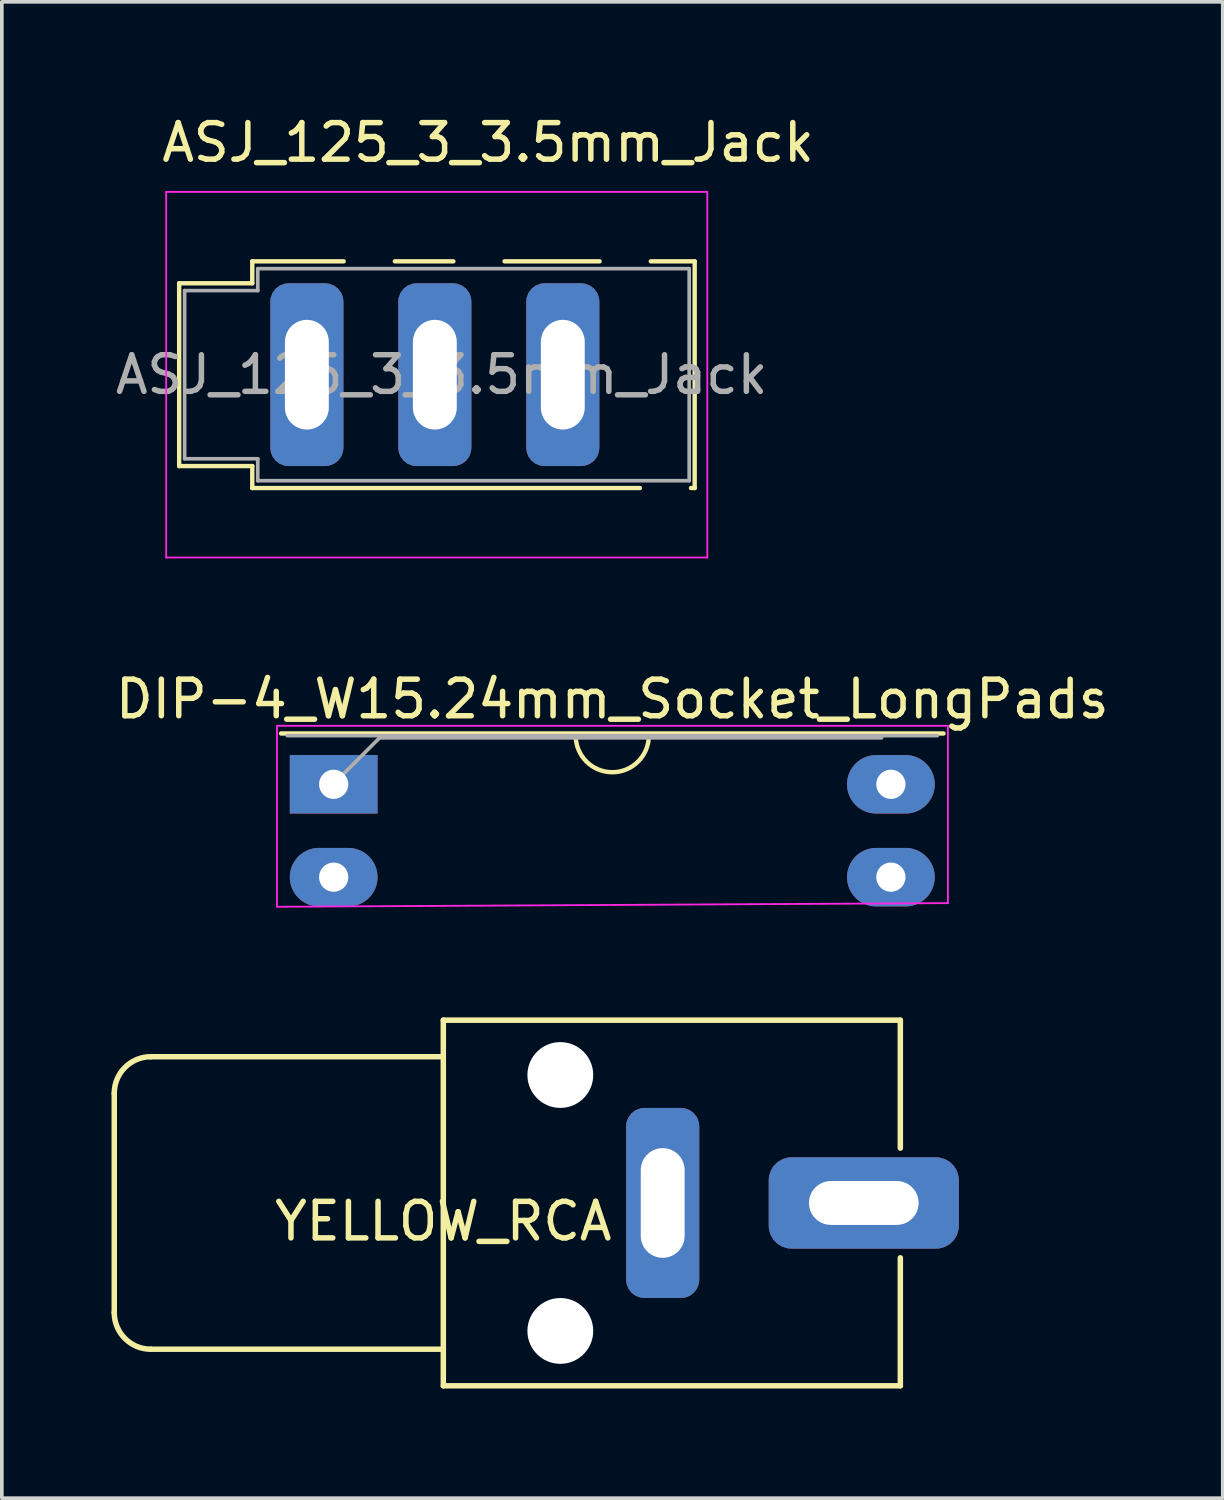
<source format=kicad_pcb>
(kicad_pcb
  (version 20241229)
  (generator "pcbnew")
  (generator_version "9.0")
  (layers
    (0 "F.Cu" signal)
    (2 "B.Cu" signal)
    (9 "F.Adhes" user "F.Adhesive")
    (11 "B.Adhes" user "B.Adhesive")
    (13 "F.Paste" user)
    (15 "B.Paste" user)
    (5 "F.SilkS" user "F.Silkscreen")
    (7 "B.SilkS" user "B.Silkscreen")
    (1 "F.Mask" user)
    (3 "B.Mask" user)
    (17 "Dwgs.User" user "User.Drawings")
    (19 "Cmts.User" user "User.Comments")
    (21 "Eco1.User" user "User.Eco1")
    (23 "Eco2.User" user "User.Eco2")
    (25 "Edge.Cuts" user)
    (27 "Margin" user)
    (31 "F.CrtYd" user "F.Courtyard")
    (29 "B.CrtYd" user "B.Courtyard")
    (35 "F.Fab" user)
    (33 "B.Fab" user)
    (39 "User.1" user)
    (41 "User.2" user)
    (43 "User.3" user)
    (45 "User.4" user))
  (footprint "DIP-4_W15.24mm_Socket_LongPads"
    (layer "F.Cu")
    (at 6.076 18.401)
    (property "Reference" "DIP-4_W15.24mm_Socket_LongPads" (at 7.62 -2.33 0) (layer "F.SilkS") (effects (font (size 1 1) (thickness 0.15))))
    (attr through_hole)
    (fp_line (start 6.62 -1.33) (end 1.56 -1.33) (stroke (width 0.12) (type solid)) (layer "F.SilkS"))
    (fp_line (start 13.68 -1.33) (end 8.62 -1.33) (stroke (width 0.12) (type solid)) (layer "F.SilkS"))
    (fp_line (start 16.68 -1.39) (end -1.44 -1.39) (stroke (width 0.12) (type solid)) (layer "F.SilkS"))
    (fp_arc (start 8.62 -1.33) (mid 7.62 -0.33) (end 6.62 -1.33) (stroke (width 0.12) (type solid)) (layer "F.SilkS"))
    (fp_line (start -1.55 -1.6) (end -1.55 3.35) (stroke (width 0.05) (type solid)) (layer "F.CrtYd"))
    (fp_line (start -1.55 3.35) (end 16.8 3.25) (stroke (width 0.05) (type solid)) (layer "F.CrtYd"))
    (fp_line (start 16.8 -1.6) (end -1.55 -1.6) (stroke (width 0.05) (type solid)) (layer "F.CrtYd"))
    (fp_line (start 16.8 3.25) (end 16.8 -1.6) (stroke (width 0.05) (type solid)) (layer "F.CrtYd"))
    (fp_line (start 0.255 -0.27) (end 1.255 -1.27) (stroke (width 0.1) (type solid)) (layer "F.Fab"))
    (fp_line (start 1.255 -1.27) (end 14.985 -1.27) (stroke (width 0.1) (type solid)) (layer "F.Fab"))
    (fp_line (start 16.51 -1.33) (end -1.27 -1.33) (stroke (width 0.1) (type solid)) (layer "F.Fab"))
    (pad "1" thru_hole rect (at 0 0) (size 2.4 1.6) (drill 0.8) (layers "*.Cu" "*.Mask"))
    (pad "2" thru_hole oval (at 0 2.54) (size 2.4 1.6) (drill 0.8) (layers "*.Cu" "*.Mask"))
    (pad "3" thru_hole oval (at 15.24 2.54) (size 2.4 1.6) (drill 0.8) (layers "*.Cu" "*.Mask"))
    (pad "4" thru_hole oval (at 15.24 0) (size 2.4 1.6) (drill 0.8) (layers "*.Cu" "*.Mask")))
  (footprint "ASJ_125_3_3.5mm_Jack"
    (layer "F.Cu")
    (at 1.843 7.198)
    (property "Reference" "ASJ_125_3_3.5mm_Jack" (at 8.457 -6.35 0) (layer "F.SilkS") (effects (font (size 1 1) (thickness 0.15))))
    (attr smd)
    (fp_line (start 0.007 -2.5) (end 0.007 2.5) (stroke (width 0.12) (type solid)) (layer "F.SilkS"))
    (fp_line (start 2.007 -3.1) (end 2.007 -2.5) (stroke (width 0.12) (type solid)) (layer "F.SilkS"))
    (fp_line (start 2.007 -3.1) (end 4.507 -3.1) (stroke (width 0.12) (type solid)) (layer "F.SilkS"))
    (fp_line (start 2.007 -2.5) (end 0.007 -2.5) (stroke (width 0.12) (type solid)) (layer "F.SilkS"))
    (fp_line (start 2.007 2.5) (end 0.007 2.5) (stroke (width 0.12) (type solid)) (layer "F.SilkS"))
    (fp_line (start 2.007 2.5) (end 2.007 3.1) (stroke (width 0.12) (type solid)) (layer "F.SilkS"))
    (fp_line (start 5.907 -3.1) (end 7.507 -3.1) (stroke (width 0.12) (type solid)) (layer "F.SilkS"))
    (fp_line (start 8.907 -3.1) (end 11.507 -3.1) (stroke (width 0.12) (type solid)) (layer "F.SilkS"))
    (fp_line (start 12.607 3.1) (end 2.007 3.1) (stroke (width 0.12) (type solid)) (layer "F.SilkS"))
    (fp_line (start 12.907 -3.1) (end 14.107 -3.1) (stroke (width 0.12) (type solid)) (layer "F.SilkS"))
    (fp_line (start 14.007 3.1) (end 14.107 3.1) (stroke (width 0.12) (type solid)) (layer "F.SilkS"))
    (fp_line (start 14.107 3.1) (end 14.107 -3.1) (stroke (width 0.12) (type solid)) (layer "F.SilkS"))
    (fp_line (start -0.348 -5) (end 14.452 -5) (stroke (width 0.05) (type solid)) (layer "F.CrtYd"))
    (fp_line (start -0.348 5) (end -0.348 -5) (stroke (width 0.05) (type solid)) (layer "F.CrtYd"))
    (fp_line (start -0.348 5) (end 14.452 5) (stroke (width 0.05) (type solid)) (layer "F.CrtYd"))
    (fp_line (start 14.452 5) (end 14.452 -5) (stroke (width 0.05) (type solid)) (layer "F.CrtYd"))
    (fp_line (start 0.157 -2.3) (end 2.157 -2.3) (stroke (width 0.1) (type solid)) (layer "F.Fab"))
    (fp_line (start 0.157 2.3) (end 0.157 -2.3) (stroke (width 0.1) (type solid)) (layer "F.Fab"))
    (fp_line (start 2.157 -2.9) (end 13.957 -2.9) (stroke (width 0.1) (type solid)) (layer "F.Fab"))
    (fp_line (start 2.157 -2.3) (end 2.157 -2.9) (stroke (width 0.1) (type solid)) (layer "F.Fab"))
    (fp_line (start 2.157 2.3) (end 0.157 2.3) (stroke (width 0.1) (type solid)) (layer "F.Fab"))
    (fp_line (start 2.157 2.9) (end 2.157 2.3) (stroke (width 0.1) (type solid)) (layer "F.Fab"))
    (fp_line (start 13.957 -2.9) (end 13.957 2.9) (stroke (width 0.1) (type solid)) (layer "F.Fab"))
    (fp_line (start 13.957 2.9) (end 2.157 2.9) (stroke (width 0.1) (type solid)) (layer "F.Fab"))
    (fp_text user "${REFERENCE}" (at 7.187 0 0) (layer "F.Fab") (effects (font (size 1 1) (thickness 0.15))))
    (pad "1" thru_hole roundrect (at 10.5 0) (size 2 5) (drill oval 1.2 3) (layers "*.Cu" "*.Mask") (roundrect_rratio 0.25))
    (pad "2" thru_hole roundrect (at 7 0) (size 2 5) (drill oval 1.2 3) (layers "*.Cu" "*.Mask") (roundrect_rratio 0.25))
    (pad "3" thru_hole roundrect (at 3.5 0) (size 2 5) (drill oval 1.2 3) (layers "*.Cu" "*.Mask") (roundrect_rratio 0.25)))
  (footprint "YELLOW_RCA"
    (layer "F.Cu")
    (at 9.075 29.852)
    (property "Reference" "YELLOW_RCA" (at 0 0.5 0) (layer "F.SilkS") (effects (font (size 1 1) (thickness 0.15))))
    (attr through_hole)
    (fp_line (start -9 -3) (end -9 3) (stroke (width 0.15) (type solid)) (layer "F.SilkS"))
    (fp_line (start -8 -4) (end 0 -4) (stroke (width 0.15) (type solid)) (layer "F.SilkS"))
    (fp_line (start -8 4) (end 0 4) (stroke (width 0.15) (type solid)) (layer "F.SilkS"))
    (fp_line (start 0 -5) (end 12.5 -5) (stroke (width 0.15) (type solid)) (layer "F.SilkS"))
    (fp_line (start 0 5) (end 0 -5) (stroke (width 0.15) (type solid)) (layer "F.SilkS"))
    (fp_line (start 12.5 -5) (end 12.5 -1.5) (stroke (width 0.15) (type solid)) (layer "F.SilkS"))
    (fp_line (start 12.5 1.5) (end 12.5 5) (stroke (width 0.15) (type solid)) (layer "F.SilkS"))
    (fp_line (start 12.5 5) (end 0 5) (stroke (width 0.15) (type solid)) (layer "F.SilkS"))
    (fp_arc (start -9 -3) (mid -8.707107 -3.707107) (end -8 -4) (stroke (width 0.15) (type solid)) (layer "F.SilkS"))
    (fp_arc (start -8 4) (mid -8.707107 3.707107) (end -9 3) (stroke (width 0.15) (type solid)) (layer "F.SilkS"))
    (pad "" np_thru_hole circle (at 3.2 -3.5) (size 1.8 1.8) (drill 1.8) (layers "*.Cu" "*.Mask"))
    (pad "" np_thru_hole circle (at 3.2 3.5) (size 1.8 1.8) (drill 1.8) (layers "*.Cu" "*.Mask"))
    (pad "1" thru_hole roundrect (at 11.5 0) (size 5.2 2.5) (drill oval 3 1.2) (layers "*.Cu" "*.Mask") (roundrect_rratio 0.25))
    (pad "2" thru_hole roundrect (at 6 0) (size 2 5.2) (drill oval 1.2 3) (layers "*.Cu" "*.Mask") (roundrect_rratio 0.25)))
  (gr_rect
    (start -3 -3)
    (end 30.393 37.926)
    (stroke (width 0.1) (type default))
    (fill no)
    (layer "Edge.Cuts")))
</source>
